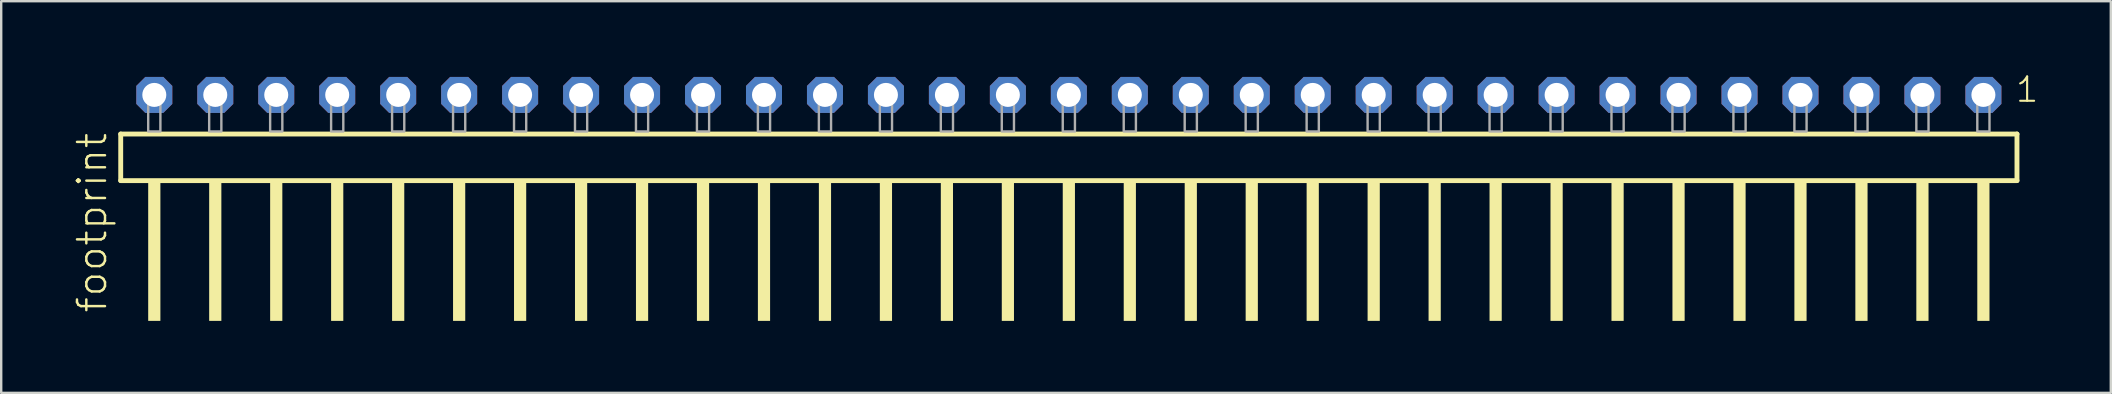
<source format=kicad_pcb>
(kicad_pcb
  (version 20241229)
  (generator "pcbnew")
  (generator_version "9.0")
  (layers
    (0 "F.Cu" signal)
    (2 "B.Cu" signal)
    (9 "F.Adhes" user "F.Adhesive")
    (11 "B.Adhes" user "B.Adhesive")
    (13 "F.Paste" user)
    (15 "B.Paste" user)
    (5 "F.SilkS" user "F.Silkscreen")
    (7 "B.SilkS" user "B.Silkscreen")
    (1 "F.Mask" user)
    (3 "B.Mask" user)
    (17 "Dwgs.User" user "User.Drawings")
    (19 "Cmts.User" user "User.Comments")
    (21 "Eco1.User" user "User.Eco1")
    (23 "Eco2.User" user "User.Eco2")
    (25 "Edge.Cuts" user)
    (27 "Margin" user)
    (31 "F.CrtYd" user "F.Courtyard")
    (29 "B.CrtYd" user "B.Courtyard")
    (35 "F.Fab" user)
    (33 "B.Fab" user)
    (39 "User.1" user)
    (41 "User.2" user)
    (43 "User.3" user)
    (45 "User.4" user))
  (footprint "footprint"
    (layer "F.Cu")
    (at 41.478 2.428)
    (property "Reference" "footprint" (at -40.005 7.62 90) (layer "F.SilkS") (effects (font (size 1.168 1.168) (thickness 0.102)) (justify left bottom)))
    (fp_line (start -39.499 0.106) (end -39.499 2.046) (stroke (width 0.203) (type solid)) (layer "F.SilkS"))
    (fp_line (start -39.499 2.046) (end 39.499 2.046) (stroke (width 0.203) (type solid)) (layer "F.SilkS"))
    (fp_line (start 39.499 0.106) (end -39.499 0.106) (stroke (width 0.203) (type solid)) (layer "F.SilkS"))
    (fp_line (start 39.499 2.046) (end 39.499 0.106) (stroke (width 0.203) (type solid)) (layer "F.SilkS"))
    (fp_poly (pts (xy -38.354 7.89) (xy -37.846 7.89) (xy -37.846 2.04) (xy -38.354 2.04)) (stroke (width 0) (type solid)) (fill yes) (layer "F.SilkS"))
    (fp_poly (pts (xy -35.814 7.89) (xy -35.306 7.89) (xy -35.306 2.04) (xy -35.814 2.04)) (stroke (width 0) (type solid)) (fill yes) (layer "F.SilkS"))
    (fp_poly (pts (xy -33.274 7.89) (xy -32.766 7.89) (xy -32.766 2.04) (xy -33.274 2.04)) (stroke (width 0) (type solid)) (fill yes) (layer "F.SilkS"))
    (fp_poly (pts (xy -30.734 7.89) (xy -30.226 7.89) (xy -30.226 2.04) (xy -30.734 2.04)) (stroke (width 0) (type solid)) (fill yes) (layer "F.SilkS"))
    (fp_poly (pts (xy -28.194 7.89) (xy -27.686 7.89) (xy -27.686 2.04) (xy -28.194 2.04)) (stroke (width 0) (type solid)) (fill yes) (layer "F.SilkS"))
    (fp_poly (pts (xy -25.654 7.89) (xy -25.146 7.89) (xy -25.146 2.04) (xy -25.654 2.04)) (stroke (width 0) (type solid)) (fill yes) (layer "F.SilkS"))
    (fp_poly (pts (xy -23.114 7.89) (xy -22.606 7.89) (xy -22.606 2.04) (xy -23.114 2.04)) (stroke (width 0) (type solid)) (fill yes) (layer "F.SilkS"))
    (fp_poly (pts (xy -20.574 7.89) (xy -20.066 7.89) (xy -20.066 2.04) (xy -20.574 2.04)) (stroke (width 0) (type solid)) (fill yes) (layer "F.SilkS"))
    (fp_poly (pts (xy -18.034 7.89) (xy -17.526 7.89) (xy -17.526 2.04) (xy -18.034 2.04)) (stroke (width 0) (type solid)) (fill yes) (layer "F.SilkS"))
    (fp_poly (pts (xy -15.494 7.89) (xy -14.986 7.89) (xy -14.986 2.04) (xy -15.494 2.04)) (stroke (width 0) (type solid)) (fill yes) (layer "F.SilkS"))
    (fp_poly (pts (xy -12.954 7.89) (xy -12.446 7.89) (xy -12.446 2.04) (xy -12.954 2.04)) (stroke (width 0) (type solid)) (fill yes) (layer "F.SilkS"))
    (fp_poly (pts (xy -10.414 7.89) (xy -9.906 7.89) (xy -9.906 2.04) (xy -10.414 2.04)) (stroke (width 0) (type solid)) (fill yes) (layer "F.SilkS"))
    (fp_poly (pts (xy -7.874 7.89) (xy -7.366 7.89) (xy -7.366 2.04) (xy -7.874 2.04)) (stroke (width 0) (type solid)) (fill yes) (layer "F.SilkS"))
    (fp_poly (pts (xy -5.334 7.89) (xy -4.826 7.89) (xy -4.826 2.04) (xy -5.334 2.04)) (stroke (width 0) (type solid)) (fill yes) (layer "F.SilkS"))
    (fp_poly (pts (xy -2.794 7.89) (xy -2.286 7.89) (xy -2.286 2.04) (xy -2.794 2.04)) (stroke (width 0) (type solid)) (fill yes) (layer "F.SilkS"))
    (fp_poly (pts (xy -0.254 7.89) (xy 0.254 7.89) (xy 0.254 2.04) (xy -0.254 2.04)) (stroke (width 0) (type solid)) (fill yes) (layer "F.SilkS"))
    (fp_poly (pts (xy 2.286 7.89) (xy 2.794 7.89) (xy 2.794 2.04) (xy 2.286 2.04)) (stroke (width 0) (type solid)) (fill yes) (layer "F.SilkS"))
    (fp_poly (pts (xy 4.826 7.89) (xy 5.334 7.89) (xy 5.334 2.04) (xy 4.826 2.04)) (stroke (width 0) (type solid)) (fill yes) (layer "F.SilkS"))
    (fp_poly (pts (xy 7.366 7.89) (xy 7.874 7.89) (xy 7.874 2.04) (xy 7.366 2.04)) (stroke (width 0) (type solid)) (fill yes) (layer "F.SilkS"))
    (fp_poly (pts (xy 9.906 7.89) (xy 10.414 7.89) (xy 10.414 2.04) (xy 9.906 2.04)) (stroke (width 0) (type solid)) (fill yes) (layer "F.SilkS"))
    (fp_poly (pts (xy 12.446 7.89) (xy 12.954 7.89) (xy 12.954 2.04) (xy 12.446 2.04)) (stroke (width 0) (type solid)) (fill yes) (layer "F.SilkS"))
    (fp_poly (pts (xy 14.986 7.89) (xy 15.494 7.89) (xy 15.494 2.04) (xy 14.986 2.04)) (stroke (width 0) (type solid)) (fill yes) (layer "F.SilkS"))
    (fp_poly (pts (xy 17.526 7.89) (xy 18.034 7.89) (xy 18.034 2.04) (xy 17.526 2.04)) (stroke (width 0) (type solid)) (fill yes) (layer "F.SilkS"))
    (fp_poly (pts (xy 20.066 7.89) (xy 20.574 7.89) (xy 20.574 2.04) (xy 20.066 2.04)) (stroke (width 0) (type solid)) (fill yes) (layer "F.SilkS"))
    (fp_poly (pts (xy 22.606 7.89) (xy 23.114 7.89) (xy 23.114 2.04) (xy 22.606 2.04)) (stroke (width 0) (type solid)) (fill yes) (layer "F.SilkS"))
    (fp_poly (pts (xy 25.146 7.89) (xy 25.654 7.89) (xy 25.654 2.04) (xy 25.146 2.04)) (stroke (width 0) (type solid)) (fill yes) (layer "F.SilkS"))
    (fp_poly (pts (xy 27.686 7.89) (xy 28.194 7.89) (xy 28.194 2.04) (xy 27.686 2.04)) (stroke (width 0) (type solid)) (fill yes) (layer "F.SilkS"))
    (fp_poly (pts (xy 30.226 7.89) (xy 30.734 7.89) (xy 30.734 2.04) (xy 30.226 2.04)) (stroke (width 0) (type solid)) (fill yes) (layer "F.SilkS"))
    (fp_poly (pts (xy 32.766 7.89) (xy 33.274 7.89) (xy 33.274 2.04) (xy 32.766 2.04)) (stroke (width 0) (type solid)) (fill yes) (layer "F.SilkS"))
    (fp_poly (pts (xy 35.306 7.89) (xy 35.814 7.89) (xy 35.814 2.04) (xy 35.306 2.04)) (stroke (width 0) (type solid)) (fill yes) (layer "F.SilkS"))
    (fp_poly (pts (xy 37.846 7.89) (xy 38.354 7.89) (xy 38.354 2.04) (xy 37.846 2.04)) (stroke (width 0) (type solid)) (fill yes) (layer "F.SilkS"))
    (fp_poly (pts (xy -38.354 0) (xy -37.846 0) (xy -37.846 -1.778) (xy -38.354 -1.778)) (stroke (width 0.1) (type solid)) (fill no) (layer "F.Fab"))
    (fp_poly (pts (xy -35.814 0) (xy -35.306 0) (xy -35.306 -1.778) (xy -35.814 -1.778)) (stroke (width 0.1) (type solid)) (fill no) (layer "F.Fab"))
    (fp_poly (pts (xy -33.274 0) (xy -32.766 0) (xy -32.766 -1.778) (xy -33.274 -1.778)) (stroke (width 0.1) (type solid)) (fill no) (layer "F.Fab"))
    (fp_poly (pts (xy -30.734 0) (xy -30.226 0) (xy -30.226 -1.778) (xy -30.734 -1.778)) (stroke (width 0.1) (type solid)) (fill no) (layer "F.Fab"))
    (fp_poly (pts (xy -28.194 0) (xy -27.686 0) (xy -27.686 -1.778) (xy -28.194 -1.778)) (stroke (width 0.1) (type solid)) (fill no) (layer "F.Fab"))
    (fp_poly (pts (xy -25.654 0) (xy -25.146 0) (xy -25.146 -1.778) (xy -25.654 -1.778)) (stroke (width 0.1) (type solid)) (fill no) (layer "F.Fab"))
    (fp_poly (pts (xy -23.114 0) (xy -22.606 0) (xy -22.606 -1.778) (xy -23.114 -1.778)) (stroke (width 0.1) (type solid)) (fill no) (layer "F.Fab"))
    (fp_poly (pts (xy -20.574 0) (xy -20.066 0) (xy -20.066 -1.778) (xy -20.574 -1.778)) (stroke (width 0.1) (type solid)) (fill no) (layer "F.Fab"))
    (fp_poly (pts (xy -18.034 0) (xy -17.526 0) (xy -17.526 -1.778) (xy -18.034 -1.778)) (stroke (width 0.1) (type solid)) (fill no) (layer "F.Fab"))
    (fp_poly (pts (xy -15.494 0) (xy -14.986 0) (xy -14.986 -1.778) (xy -15.494 -1.778)) (stroke (width 0.1) (type solid)) (fill no) (layer "F.Fab"))
    (fp_poly (pts (xy -12.954 0) (xy -12.446 0) (xy -12.446 -1.778) (xy -12.954 -1.778)) (stroke (width 0.1) (type solid)) (fill no) (layer "F.Fab"))
    (fp_poly (pts (xy -10.414 0) (xy -9.906 0) (xy -9.906 -1.778) (xy -10.414 -1.778)) (stroke (width 0.1) (type solid)) (fill no) (layer "F.Fab"))
    (fp_poly (pts (xy -7.874 0) (xy -7.366 0) (xy -7.366 -1.778) (xy -7.874 -1.778)) (stroke (width 0.1) (type solid)) (fill no) (layer "F.Fab"))
    (fp_poly (pts (xy -5.334 0) (xy -4.826 0) (xy -4.826 -1.778) (xy -5.334 -1.778)) (stroke (width 0.1) (type solid)) (fill no) (layer "F.Fab"))
    (fp_poly (pts (xy -2.794 0) (xy -2.286 0) (xy -2.286 -1.778) (xy -2.794 -1.778)) (stroke (width 0.1) (type solid)) (fill no) (layer "F.Fab"))
    (fp_poly (pts (xy -0.254 0) (xy 0.254 0) (xy 0.254 -1.778) (xy -0.254 -1.778)) (stroke (width 0.1) (type solid)) (fill no) (layer "F.Fab"))
    (fp_poly (pts (xy 2.286 0) (xy 2.794 0) (xy 2.794 -1.778) (xy 2.286 -1.778)) (stroke (width 0.1) (type solid)) (fill no) (layer "F.Fab"))
    (fp_poly (pts (xy 4.826 0) (xy 5.334 0) (xy 5.334 -1.778) (xy 4.826 -1.778)) (stroke (width 0.1) (type solid)) (fill no) (layer "F.Fab"))
    (fp_poly (pts (xy 7.366 0) (xy 7.874 0) (xy 7.874 -1.778) (xy 7.366 -1.778)) (stroke (width 0.1) (type solid)) (fill no) (layer "F.Fab"))
    (fp_poly (pts (xy 9.906 0) (xy 10.414 0) (xy 10.414 -1.778) (xy 9.906 -1.778)) (stroke (width 0.1) (type solid)) (fill no) (layer "F.Fab"))
    (fp_poly (pts (xy 12.446 0) (xy 12.954 0) (xy 12.954 -1.778) (xy 12.446 -1.778)) (stroke (width 0.1) (type solid)) (fill no) (layer "F.Fab"))
    (fp_poly (pts (xy 14.986 0) (xy 15.494 0) (xy 15.494 -1.778) (xy 14.986 -1.778)) (stroke (width 0.1) (type solid)) (fill no) (layer "F.Fab"))
    (fp_poly (pts (xy 17.526 0) (xy 18.034 0) (xy 18.034 -1.778) (xy 17.526 -1.778)) (stroke (width 0.1) (type solid)) (fill no) (layer "F.Fab"))
    (fp_poly (pts (xy 20.066 0) (xy 20.574 0) (xy 20.574 -1.778) (xy 20.066 -1.778)) (stroke (width 0.1) (type solid)) (fill no) (layer "F.Fab"))
    (fp_poly (pts (xy 22.606 0) (xy 23.114 0) (xy 23.114 -1.778) (xy 22.606 -1.778)) (stroke (width 0.1) (type solid)) (fill no) (layer "F.Fab"))
    (fp_poly (pts (xy 25.146 0) (xy 25.654 0) (xy 25.654 -1.778) (xy 25.146 -1.778)) (stroke (width 0.1) (type solid)) (fill no) (layer "F.Fab"))
    (fp_poly (pts (xy 27.686 0) (xy 28.194 0) (xy 28.194 -1.778) (xy 27.686 -1.778)) (stroke (width 0.1) (type solid)) (fill no) (layer "F.Fab"))
    (fp_poly (pts (xy 30.226 0) (xy 30.734 0) (xy 30.734 -1.778) (xy 30.226 -1.778)) (stroke (width 0.1) (type solid)) (fill no) (layer "F.Fab"))
    (fp_poly (pts (xy 32.766 0) (xy 33.274 0) (xy 33.274 -1.778) (xy 32.766 -1.778)) (stroke (width 0.1) (type solid)) (fill no) (layer "F.Fab"))
    (fp_poly (pts (xy 35.306 0) (xy 35.814 0) (xy 35.814 -1.778) (xy 35.306 -1.778)) (stroke (width 0.1) (type solid)) (fill no) (layer "F.Fab"))
    (fp_poly (pts (xy 37.846 0) (xy 38.354 0) (xy 38.354 -1.778) (xy 37.846 -1.778)) (stroke (width 0.1) (type solid)) (fill no) (layer "F.Fab"))
    (fp_text user "1" (at 39.382 -1.152 0) (layer "F.SilkS") (effects (font (size 1.012 1.012) (thickness 0.088)) (justify left bottom)))
    (pad "1" thru_hole roundrect (at 38.1 -1.524 180) (size 1.5 1.5) (drill 1) (layers "*.Cu" "*.Mask") (roundrect_rratio 0.25) (chamfer_ratio 0.25) (chamfer top_left top_right bottom_left bottom_right))
    (pad "2" thru_hole roundrect (at 35.56 -1.524 180) (size 1.5 1.5) (drill 1) (layers "*.Cu" "*.Mask") (roundrect_rratio 0.25) (chamfer_ratio 0.25) (chamfer top_left top_right bottom_left bottom_right))
    (pad "3" thru_hole roundrect (at 33.02 -1.524 180) (size 1.5 1.5) (drill 1) (layers "*.Cu" "*.Mask") (roundrect_rratio 0.25) (chamfer_ratio 0.25) (chamfer top_left top_right bottom_left bottom_right))
    (pad "4" thru_hole roundrect (at 30.48 -1.524 180) (size 1.5 1.5) (drill 1) (layers "*.Cu" "*.Mask") (roundrect_rratio 0.25) (chamfer_ratio 0.25) (chamfer top_left top_right bottom_left bottom_right))
    (pad "5" thru_hole roundrect (at 27.94 -1.524 180) (size 1.5 1.5) (drill 1) (layers "*.Cu" "*.Mask") (roundrect_rratio 0.25) (chamfer_ratio 0.25) (chamfer top_left top_right bottom_left bottom_right))
    (pad "6" thru_hole roundrect (at 25.4 -1.524 180) (size 1.5 1.5) (drill 1) (layers "*.Cu" "*.Mask") (roundrect_rratio 0.25) (chamfer_ratio 0.25) (chamfer top_left top_right bottom_left bottom_right))
    (pad "7" thru_hole roundrect (at 22.86 -1.524 180) (size 1.5 1.5) (drill 1) (layers "*.Cu" "*.Mask") (roundrect_rratio 0.25) (chamfer_ratio 0.25) (chamfer top_left top_right bottom_left bottom_right))
    (pad "8" thru_hole roundrect (at 20.32 -1.524 180) (size 1.5 1.5) (drill 1) (layers "*.Cu" "*.Mask") (roundrect_rratio 0.25) (chamfer_ratio 0.25) (chamfer top_left top_right bottom_left bottom_right))
    (pad "9" thru_hole roundrect (at 17.78 -1.524 180) (size 1.5 1.5) (drill 1) (layers "*.Cu" "*.Mask") (roundrect_rratio 0.25) (chamfer_ratio 0.25) (chamfer top_left top_right bottom_left bottom_right))
    (pad "10" thru_hole roundrect (at 15.24 -1.524 180) (size 1.5 1.5) (drill 1) (layers "*.Cu" "*.Mask") (roundrect_rratio 0.25) (chamfer_ratio 0.25) (chamfer top_left top_right bottom_left bottom_right))
    (pad "11" thru_hole roundrect (at 12.7 -1.524 180) (size 1.5 1.5) (drill 1) (layers "*.Cu" "*.Mask") (roundrect_rratio 0.25) (chamfer_ratio 0.25) (chamfer top_left top_right bottom_left bottom_right))
    (pad "12" thru_hole roundrect (at 10.16 -1.524 180) (size 1.5 1.5) (drill 1) (layers "*.Cu" "*.Mask") (roundrect_rratio 0.25) (chamfer_ratio 0.25) (chamfer top_left top_right bottom_left bottom_right))
    (pad "13" thru_hole roundrect (at 7.62 -1.524 180) (size 1.5 1.5) (drill 1) (layers "*.Cu" "*.Mask") (roundrect_rratio 0.25) (chamfer_ratio 0.25) (chamfer top_left top_right bottom_left bottom_right))
    (pad "14" thru_hole roundrect (at 5.08 -1.524 180) (size 1.5 1.5) (drill 1) (layers "*.Cu" "*.Mask") (roundrect_rratio 0.25) (chamfer_ratio 0.25) (chamfer top_left top_right bottom_left bottom_right))
    (pad "15" thru_hole roundrect (at 2.54 -1.524 180) (size 1.5 1.5) (drill 1) (layers "*.Cu" "*.Mask") (roundrect_rratio 0.25) (chamfer_ratio 0.25) (chamfer top_left top_right bottom_left bottom_right))
    (pad "16" thru_hole roundrect (at 0 -1.524 180) (size 1.5 1.5) (drill 1) (layers "*.Cu" "*.Mask") (roundrect_rratio 0.25) (chamfer_ratio 0.25) (chamfer top_left top_right bottom_left bottom_right))
    (pad "17" thru_hole roundrect (at -2.54 -1.524 180) (size 1.5 1.5) (drill 1) (layers "*.Cu" "*.Mask") (roundrect_rratio 0.25) (chamfer_ratio 0.25) (chamfer top_left top_right bottom_left bottom_right))
    (pad "18" thru_hole roundrect (at -5.08 -1.524 180) (size 1.5 1.5) (drill 1) (layers "*.Cu" "*.Mask") (roundrect_rratio 0.25) (chamfer_ratio 0.25) (chamfer top_left top_right bottom_left bottom_right))
    (pad "19" thru_hole roundrect (at -7.62 -1.524 180) (size 1.5 1.5) (drill 1) (layers "*.Cu" "*.Mask") (roundrect_rratio 0.25) (chamfer_ratio 0.25) (chamfer top_left top_right bottom_left bottom_right))
    (pad "20" thru_hole roundrect (at -10.16 -1.524 180) (size 1.5 1.5) (drill 1) (layers "*.Cu" "*.Mask") (roundrect_rratio 0.25) (chamfer_ratio 0.25) (chamfer top_left top_right bottom_left bottom_right))
    (pad "21" thru_hole roundrect (at -12.7 -1.524 180) (size 1.5 1.5) (drill 1) (layers "*.Cu" "*.Mask") (roundrect_rratio 0.25) (chamfer_ratio 0.25) (chamfer top_left top_right bottom_left bottom_right))
    (pad "22" thru_hole roundrect (at -15.24 -1.524 180) (size 1.5 1.5) (drill 1) (layers "*.Cu" "*.Mask") (roundrect_rratio 0.25) (chamfer_ratio 0.25) (chamfer top_left top_right bottom_left bottom_right))
    (pad "23" thru_hole roundrect (at -17.78 -1.524 180) (size 1.5 1.5) (drill 1) (layers "*.Cu" "*.Mask") (roundrect_rratio 0.25) (chamfer_ratio 0.25) (chamfer top_left top_right bottom_left bottom_right))
    (pad "24" thru_hole roundrect (at -20.32 -1.524 180) (size 1.5 1.5) (drill 1) (layers "*.Cu" "*.Mask") (roundrect_rratio 0.25) (chamfer_ratio 0.25) (chamfer top_left top_right bottom_left bottom_right))
    (pad "25" thru_hole roundrect (at -22.86 -1.524 180) (size 1.5 1.5) (drill 1) (layers "*.Cu" "*.Mask") (roundrect_rratio 0.25) (chamfer_ratio 0.25) (chamfer top_left top_right bottom_left bottom_right))
    (pad "26" thru_hole roundrect (at -25.4 -1.524 180) (size 1.5 1.5) (drill 1) (layers "*.Cu" "*.Mask") (roundrect_rratio 0.25) (chamfer_ratio 0.25) (chamfer top_left top_right bottom_left bottom_right))
    (pad "27" thru_hole roundrect (at -27.94 -1.524 180) (size 1.5 1.5) (drill 1) (layers "*.Cu" "*.Mask") (roundrect_rratio 0.25) (chamfer_ratio 0.25) (chamfer top_left top_right bottom_left bottom_right))
    (pad "28" thru_hole roundrect (at -30.48 -1.524 180) (size 1.5 1.5) (drill 1) (layers "*.Cu" "*.Mask") (roundrect_rratio 0.25) (chamfer_ratio 0.25) (chamfer top_left top_right bottom_left bottom_right))
    (pad "29" thru_hole roundrect (at -33.02 -1.524 180) (size 1.5 1.5) (drill 1) (layers "*.Cu" "*.Mask") (roundrect_rratio 0.25) (chamfer_ratio 0.25) (chamfer top_left top_right bottom_left bottom_right))
    (pad "30" thru_hole roundrect (at -35.56 -1.524 180) (size 1.5 1.5) (drill 1) (layers "*.Cu" "*.Mask") (roundrect_rratio 0.25) (chamfer_ratio 0.25) (chamfer top_left top_right bottom_left bottom_right))
    (pad "31" thru_hole roundrect (at -38.1 -1.524 180) (size 1.5 1.5) (drill 1) (layers "*.Cu" "*.Mask") (roundrect_rratio 0.25) (chamfer_ratio 0.25) (chamfer top_left top_right bottom_left bottom_right)))
  (gr_rect
    (start -3 -3)
    (end 84.886 13.318)
    (stroke (width 0.1) (type default))
    (fill no)
    (layer "Edge.Cuts")))
</source>
